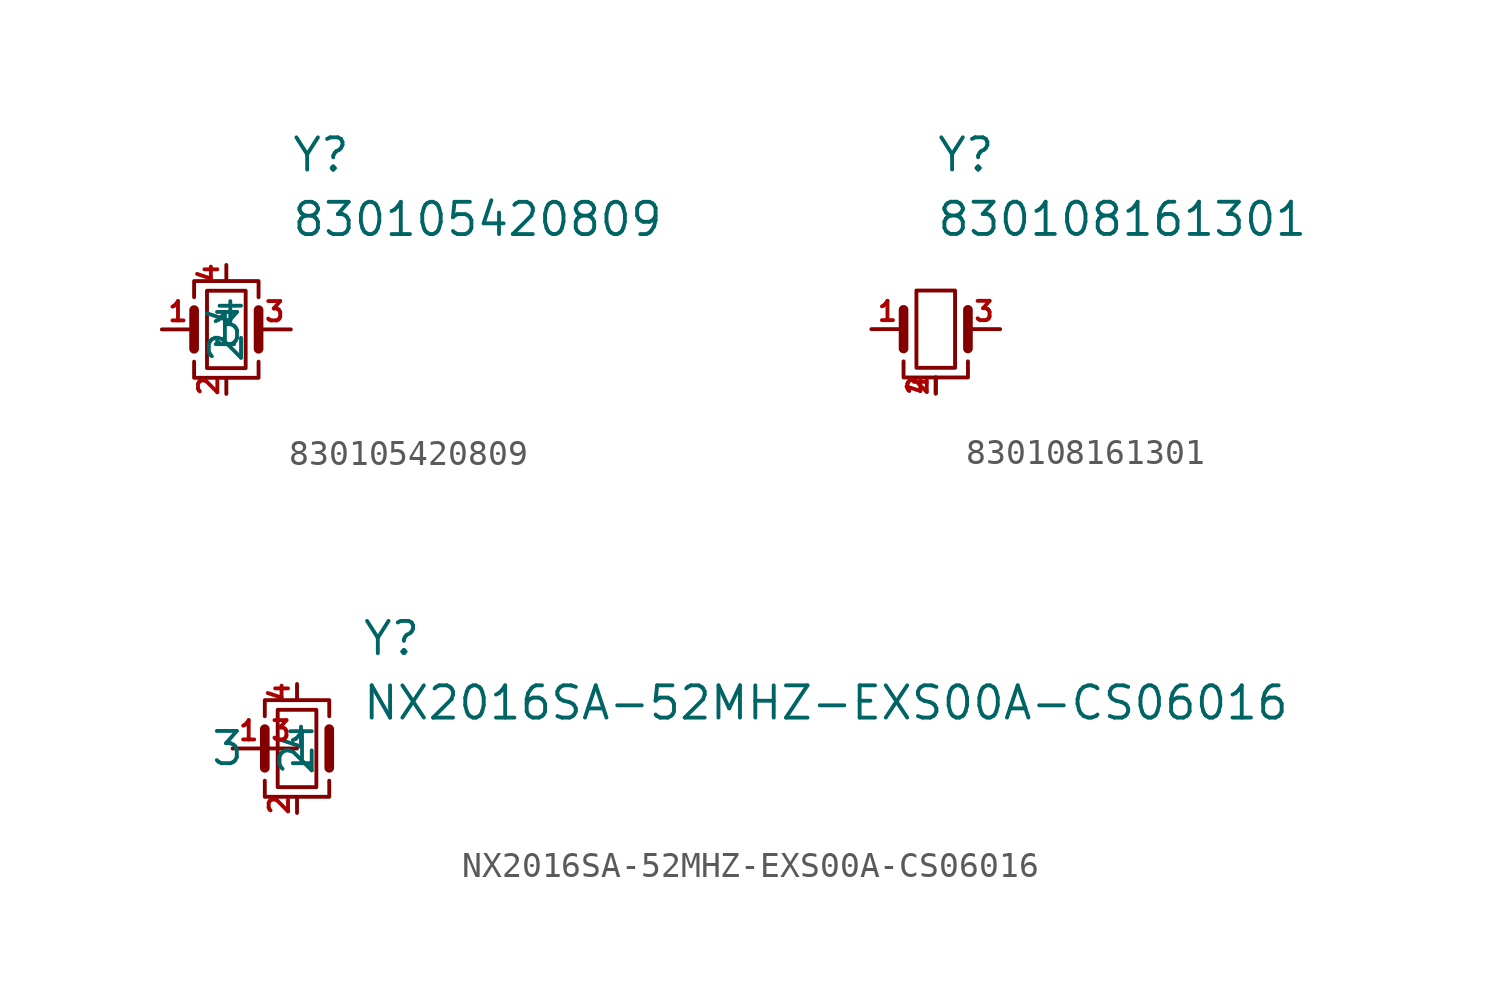
<source format=kicad_sym>
(kicad_symbol_lib
  (version 20241209)
  (generator "kicad_symbol_editor")
  (generator_version "9.0")
  (symbol "830105420809"
    (property "Reference" "Y"
      (at 5.08 7.62 0)
      (effects (font (size 1.27 1.27)) (justify left top)))
    (property "Value" "830105420809"
      (at 5.08 5.08 0)
      (effects (font (size 1.27 1.27)) (justify left top)))
    (symbol "830105420809_0_1"
      (polyline (pts (xy 1.27 1.27) (xy 1.27 1.905) (xy 3.81 1.905) (xy 3.81 1.27)) (stroke (width 0) (type default)) (fill (type none)))
      (polyline (pts (xy 1.27 -0.762) (xy 1.27 0.762)) (stroke (width 0.381) (type default)) (fill (type none)))
      (polyline (pts (xy 1.27 -1.27) (xy 1.27 -1.905) (xy 3.81 -1.905) (xy 3.81 -1.27)) (stroke (width 0) (type default)) (fill (type none)))
      (rectangle (start 1.778 -1.524) (end 3.302 1.524) (stroke (width 0) (type default)) (fill (type none)))
      (polyline (pts (xy 3.81 -0.762) (xy 3.81 0.762)) (stroke (width 0.381) (type default)) (fill (type none))))
    (symbol "830105420809_1_1"
      (pin passive line (at 0 0 0) (length 1.27) (name "1" (effects (font (size 1.27 1.27)))) (number "1" (effects (font (size 0.762 0.762)))))
      (pin passive line (at 2.54 2.54 270) (length 0.635) (name "4" (effects (font (size 1.27 1.27)))) (number "4" (effects (font (size 0.762 0.762)))))
      (pin passive line (at 2.54 -2.54 90) (length 0.635) (name "2" (effects (font (size 1.27 1.27)))) (number "2" (effects (font (size 0.762 0.762)))))
      (pin passive line (at 5.08 0 180) (length 1.27) (name "3" (effects (font (size 1.27 1.27)))) (number "3" (effects (font (size 0.762 0.762)))))))
  (symbol "830108161301"
    (pin_names
      (offset 1.016)
      (hide yes))
    (property "Reference" "Y"
      (at 2.54 7.62 0)
      (effects (font (size 1.27 1.27)) (justify left top)))
    (property "Value" "830108161301"
      (at 2.54 5.08 0)
      (effects (font (size 1.27 1.27)) (justify left top)))
    (symbol "830108161301_0_1"
      (polyline (pts (xy 1.27 -0.762) (xy 1.27 0.762)) (stroke (width 0.381) (type default)) (fill (type none)))
      (polyline (pts (xy 1.27 -1.27) (xy 1.27 -1.905) (xy 3.81 -1.905) (xy 3.81 -1.27)) (stroke (width 0) (type default)) (fill (type none)))
      (rectangle (start 1.778 -1.524) (end 3.302 1.524) (stroke (width 0) (type default)) (fill (type none)))
      (polyline (pts (xy 3.81 -0.762) (xy 3.81 0.762)) (stroke (width 0.381) (type default)) (fill (type none))))
    (symbol "830108161301_1_1"
      (pin passive line (at 0 0 0) (length 1.27) (name "1" (effects (font (size 1.27 1.27)))) (number "1" (effects (font (size 0.762 0.762)))))
      (pin passive line (at 2.54 -2.54 90) (length 0.635) (name "2" (effects (font (size 1.27 1.27)))) (number "2" (effects (font (size 0.762 0.762)))))
      (pin passive line (at 2.54 -2.54 90) (length 0.635) (name "4" (effects (font (size 1.27 1.27)))) (number "4" (effects (font (size 0.762 0.762)))))
      (pin passive line (at 5.08 0 180) (length 1.27) (name "3" (effects (font (size 1.27 1.27)))) (number "3" (effects (font (size 0.762 0.762)))))))
  (symbol "NX2016SA-52MHZ-EXS00A-CS06016"
    (pin_names
      (offset 0.762))
    (property "Reference" "Y"
      (at 5.08 5.08 0)
      (effects (font (size 1.27 1.27)) (justify left top)))
    (property "Value" "NX2016SA-52MHZ-EXS00A-CS06016"
      (at 5.08 2.54 0)
      (effects (font (size 1.27 1.27)) (justify left top)))
    (symbol "NX2016SA-52MHZ-EXS00A-CS06016_0_1"
      (polyline (pts (xy 1.27 1.27) (xy 1.27 1.905) (xy 3.81 1.905) (xy 3.81 1.27)) (stroke (width 0) (type default)) (fill (type none)))
      (polyline (pts (xy 1.27 -0.762) (xy 1.27 0.762)) (stroke (width 0.381) (type default)) (fill (type none)))
      (polyline (pts (xy 1.27 -1.27) (xy 1.27 -1.905) (xy 3.81 -1.905) (xy 3.81 -1.27)) (stroke (width 0) (type default)) (fill (type none)))
      (rectangle (start 1.778 -1.524) (end 3.302 1.524) (stroke (width 0) (type default)) (fill (type none)))
      (polyline (pts (xy 3.81 -0.762) (xy 3.81 0.762)) (stroke (width 0.381) (type default)) (fill (type none))))
    (symbol "NX2016SA-52MHZ-EXS00A-CS06016_1_1"
      (pin passive line (at 0 0 0) (length 1.27) (name "1" (effects (font (size 1.27 1.27)))) (number "1" (effects (font (size 0.762 0.762)))))
      (pin passive line (at 2.54 2.54 270) (length 0.635) (name "4" (effects (font (size 1.27 1.27)))) (number "4" (effects (font (size 0.762 0.762)))))
      (pin passive line (at 2.54 0 180) (length 1.27) (name "3" (effects (font (size 1.27 1.27)))) (number "3" (effects (font (size 0.762 0.762)))))
      (pin passive line (at 2.54 -2.54 90) (length 0.635) (name "2" (effects (font (size 1.27 1.27)))) (number "2" (effects (font (size 0.762 0.762))))))))
</source>
